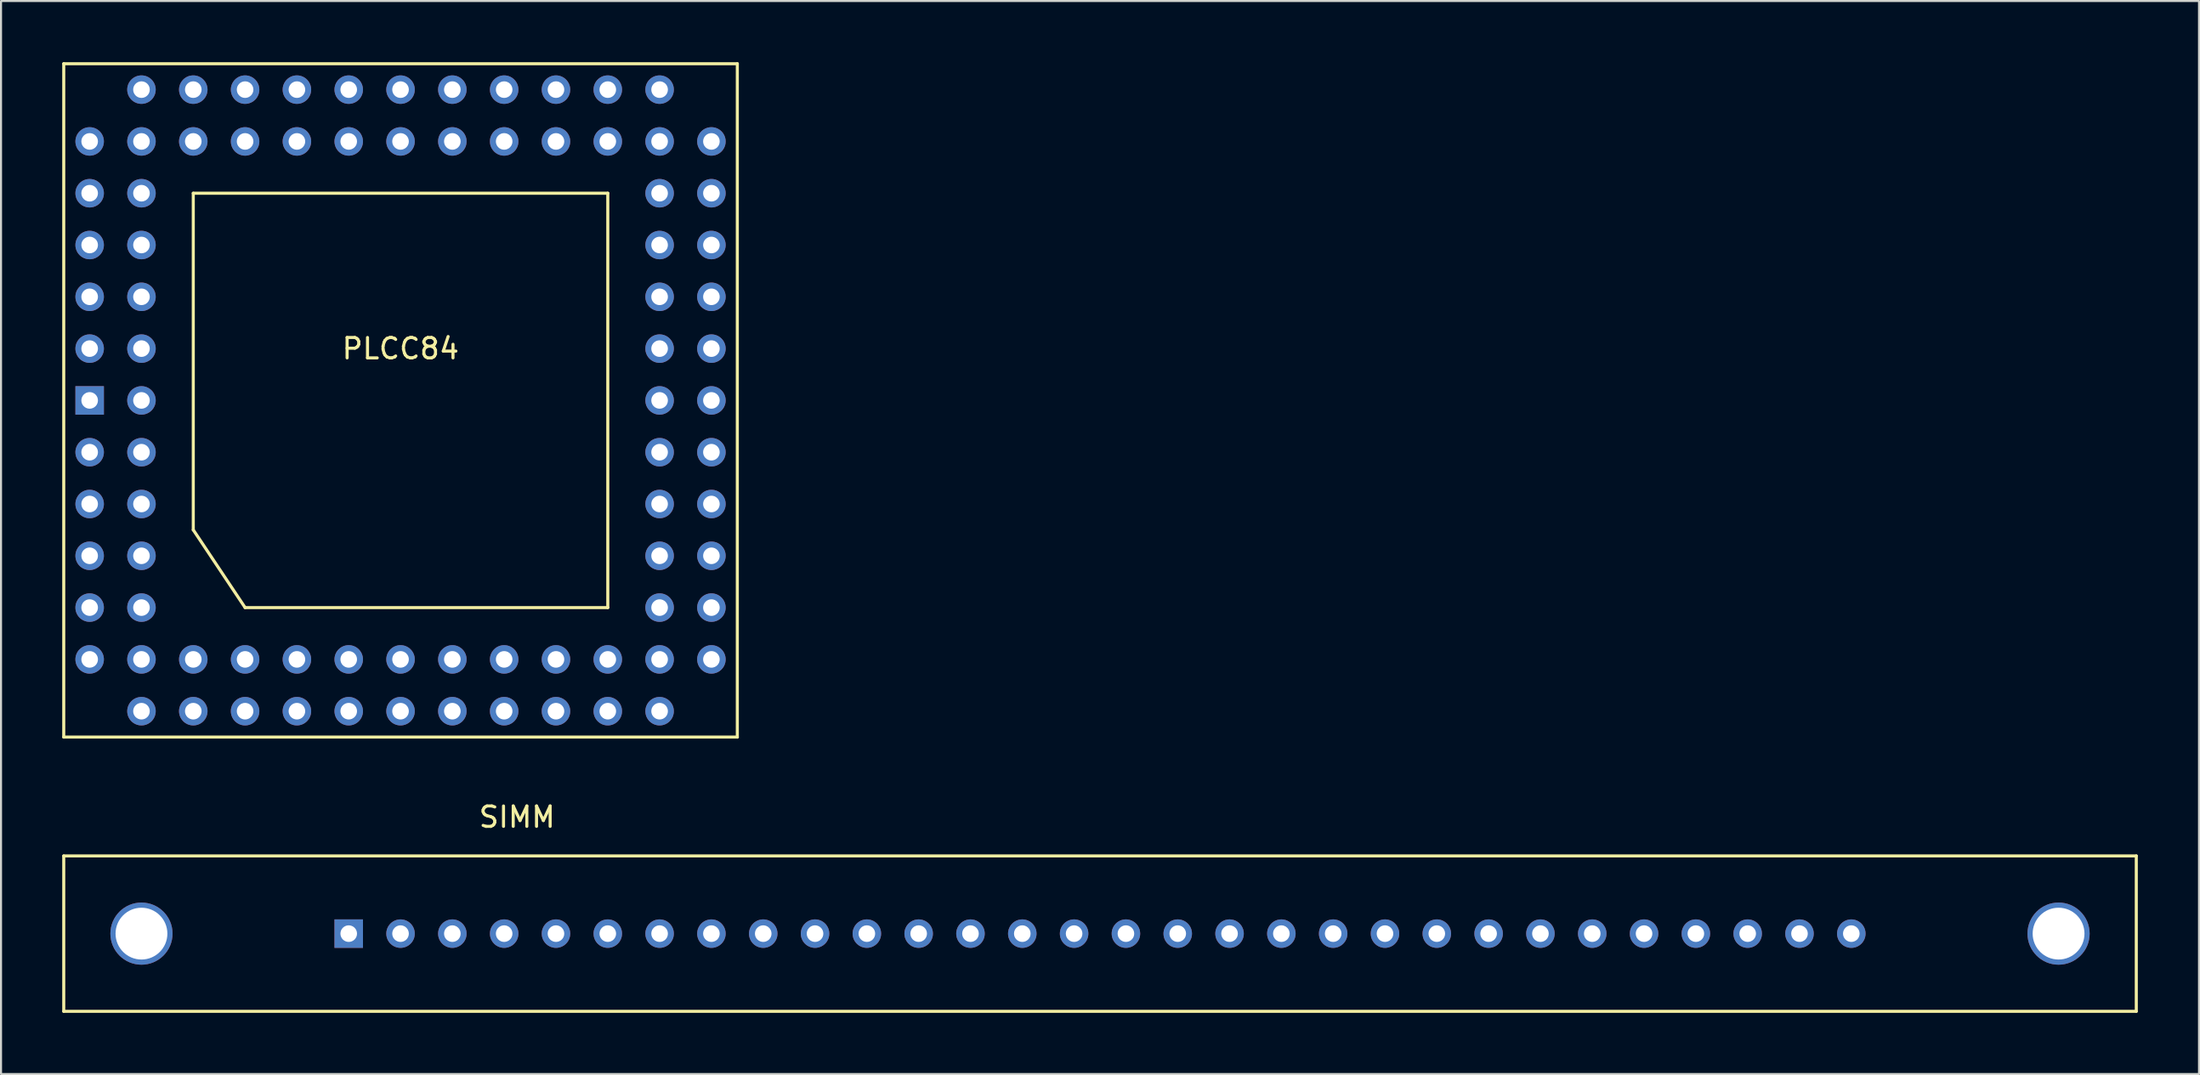
<source format=kicad_pcb>
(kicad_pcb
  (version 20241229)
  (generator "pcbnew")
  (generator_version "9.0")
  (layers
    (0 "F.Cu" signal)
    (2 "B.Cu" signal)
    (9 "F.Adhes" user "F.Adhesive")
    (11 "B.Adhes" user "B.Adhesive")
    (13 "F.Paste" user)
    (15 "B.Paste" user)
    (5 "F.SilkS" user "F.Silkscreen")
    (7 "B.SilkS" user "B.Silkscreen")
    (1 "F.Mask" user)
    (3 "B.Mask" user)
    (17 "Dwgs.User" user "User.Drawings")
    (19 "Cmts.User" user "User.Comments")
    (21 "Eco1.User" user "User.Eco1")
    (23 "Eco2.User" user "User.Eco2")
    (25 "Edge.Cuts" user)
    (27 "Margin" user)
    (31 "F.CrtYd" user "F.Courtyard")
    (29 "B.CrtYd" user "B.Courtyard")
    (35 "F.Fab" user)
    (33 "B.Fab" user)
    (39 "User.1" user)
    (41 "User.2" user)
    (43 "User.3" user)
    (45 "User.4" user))
  (footprint "SIMM"
    (layer "F.Cu")
    (at 50.875 42.733)
    (property "Reference" "SIMM" (at -28.575 -5.715 0) (layer "F.SilkS") (effects (font (size 1 1) (thickness 0.15))))
    (attr through_hole)
    (fp_line (start -50.8 -3.81) (end 50.8 -3.81) (stroke (width 0.15) (type solid)) (layer "F.SilkS"))
    (fp_line (start -50.8 3.81) (end -50.8 -3.81) (stroke (width 0.15) (type solid)) (layer "F.SilkS"))
    (fp_line (start 50.8 -3.81) (end 50.8 3.81) (stroke (width 0.15) (type solid)) (layer "F.SilkS"))
    (fp_line (start 50.8 3.81) (end -50.8 3.81) (stroke (width 0.15) (type solid)) (layer "F.SilkS"))
    (pad "1" thru_hole rect (at -36.83 0) (size 1.397 1.397) (drill 0.813) (layers "*.Cu" "*.Mask"))
    (pad "2" thru_hole circle (at -34.29 0) (size 1.397 1.397) (drill 0.813) (layers "*.Cu" "*.Mask"))
    (pad "3" thru_hole circle (at -31.75 0) (size 1.397 1.397) (drill 0.813) (layers "*.Cu" "*.Mask"))
    (pad "4" thru_hole circle (at -29.21 0) (size 1.397 1.397) (drill 0.813) (layers "*.Cu" "*.Mask"))
    (pad "5" thru_hole circle (at -26.67 0) (size 1.397 1.397) (drill 0.813) (layers "*.Cu" "*.Mask"))
    (pad "6" thru_hole circle (at -24.13 0) (size 1.397 1.397) (drill 0.813) (layers "*.Cu" "*.Mask"))
    (pad "7" thru_hole circle (at -21.59 0) (size 1.397 1.397) (drill 0.813) (layers "*.Cu" "*.Mask"))
    (pad "8" thru_hole circle (at -19.05 0) (size 1.397 1.397) (drill 0.813) (layers "*.Cu" "*.Mask"))
    (pad "9" thru_hole circle (at -16.51 0) (size 1.397 1.397) (drill 0.813) (layers "*.Cu" "*.Mask"))
    (pad "10" thru_hole circle (at -13.97 0) (size 1.397 1.397) (drill 0.813) (layers "*.Cu" "*.Mask"))
    (pad "11" thru_hole circle (at -11.43 0) (size 1.397 1.397) (drill 0.813) (layers "*.Cu" "*.Mask"))
    (pad "12" thru_hole circle (at -8.89 0) (size 1.397 1.397) (drill 0.813) (layers "*.Cu" "*.Mask"))
    (pad "13" thru_hole circle (at -6.35 0) (size 1.397 1.397) (drill 0.813) (layers "*.Cu" "*.Mask"))
    (pad "14" thru_hole circle (at -3.81 0) (size 1.397 1.397) (drill 0.813) (layers "*.Cu" "*.Mask"))
    (pad "15" thru_hole circle (at -1.27 0) (size 1.397 1.397) (drill 0.813) (layers "*.Cu" "*.Mask"))
    (pad "16" thru_hole circle (at 1.27 0) (size 1.397 1.397) (drill 0.813) (layers "*.Cu" "*.Mask"))
    (pad "17" thru_hole circle (at 3.81 0) (size 1.397 1.397) (drill 0.813) (layers "*.Cu" "*.Mask"))
    (pad "18" thru_hole circle (at 6.35 0) (size 1.397 1.397) (drill 0.813) (layers "*.Cu" "*.Mask"))
    (pad "19" thru_hole circle (at 8.89 0) (size 1.397 1.397) (drill 0.813) (layers "*.Cu" "*.Mask"))
    (pad "20" thru_hole circle (at 11.43 0) (size 1.397 1.397) (drill 0.813) (layers "*.Cu" "*.Mask"))
    (pad "21" thru_hole circle (at 13.97 0) (size 1.397 1.397) (drill 0.813) (layers "*.Cu" "*.Mask"))
    (pad "22" thru_hole circle (at 16.51 0) (size 1.397 1.397) (drill 0.813) (layers "*.Cu" "*.Mask"))
    (pad "23" thru_hole circle (at 19.05 0) (size 1.397 1.397) (drill 0.813) (layers "*.Cu" "*.Mask"))
    (pad "24" thru_hole circle (at 21.59 0) (size 1.397 1.397) (drill 0.813) (layers "*.Cu" "*.Mask"))
    (pad "25" thru_hole circle (at 24.13 0) (size 1.397 1.397) (drill 0.813) (layers "*.Cu" "*.Mask"))
    (pad "26" thru_hole circle (at 26.67 0) (size 1.397 1.397) (drill 0.813) (layers "*.Cu" "*.Mask"))
    (pad "27" thru_hole circle (at 29.21 0) (size 1.397 1.397) (drill 0.813) (layers "*.Cu" "*.Mask"))
    (pad "28" thru_hole circle (at 31.75 0) (size 1.397 1.397) (drill 0.813) (layers "*.Cu" "*.Mask"))
    (pad "29" thru_hole circle (at 34.29 0) (size 1.397 1.397) (drill 0.813) (layers "*.Cu" "*.Mask"))
    (pad "30" thru_hole circle (at 36.83 0) (size 1.397 1.397) (drill 0.813) (layers "*.Cu" "*.Mask"))
    (pad "31" thru_hole circle (at 46.99 0) (size 3.048 3.048) (drill 2.54) (layers "*.Cu" "*.Mask"))
    (pad "32" thru_hole circle (at -46.99 0) (size 3.048 3.048) (drill 2.54) (layers "*.Cu" "*.Mask")))
  (footprint "PLCC84"
    (layer "F.Cu")
    (at 16.585 16.585)
    (property "Reference" "PLCC84" (at 0 -2.54 0) (layer "F.SilkS") (effects (font (size 1 1) (thickness 0.15))))
    (attr through_hole)
    (fp_line (start -16.51 -16.51) (end -16.51 16.51) (stroke (width 0.15) (type solid)) (layer "F.SilkS"))
    (fp_line (start -16.51 16.51) (end 16.51 16.51) (stroke (width 0.15) (type solid)) (layer "F.SilkS"))
    (fp_line (start -10.16 -10.16) (end -10.16 6.35) (stroke (width 0.15) (type solid)) (layer "F.SilkS"))
    (fp_line (start -10.16 6.35) (end -7.62 10.16) (stroke (width 0.15) (type solid)) (layer "F.SilkS"))
    (fp_line (start -7.62 10.16) (end 10.16 10.16) (stroke (width 0.15) (type solid)) (layer "F.SilkS"))
    (fp_line (start 10.16 -10.16) (end -10.16 -10.16) (stroke (width 0.15) (type solid)) (layer "F.SilkS"))
    (fp_line (start 10.16 10.16) (end 10.16 -10.16) (stroke (width 0.15) (type solid)) (layer "F.SilkS"))
    (fp_line (start 16.51 -16.51) (end -16.51 -16.51) (stroke (width 0.15) (type solid)) (layer "F.SilkS"))
    (fp_line (start 16.51 16.51) (end 16.51 -16.51) (stroke (width 0.15) (type solid)) (layer "F.SilkS"))
    (pad "1" thru_hole rect (at -15.24 0) (size 1.397 1.397) (drill 0.813) (layers "*.Cu" "*.Mask"))
    (pad "2" thru_hole circle (at -12.7 0) (size 1.397 1.397) (drill 0.813) (layers "*.Cu" "*.Mask"))
    (pad "3" thru_hole circle (at -15.24 2.54) (size 1.397 1.397) (drill 0.813) (layers "*.Cu" "*.Mask"))
    (pad "4" thru_hole circle (at -12.7 2.54) (size 1.397 1.397) (drill 0.813) (layers "*.Cu" "*.Mask"))
    (pad "5" thru_hole circle (at -15.24 5.08) (size 1.397 1.397) (drill 0.813) (layers "*.Cu" "*.Mask"))
    (pad "6" thru_hole circle (at -12.7 5.08) (size 1.397 1.397) (drill 0.813) (layers "*.Cu" "*.Mask"))
    (pad "7" thru_hole circle (at -15.24 7.62) (size 1.397 1.397) (drill 0.813) (layers "*.Cu" "*.Mask"))
    (pad "8" thru_hole circle (at -12.7 7.62) (size 1.397 1.397) (drill 0.813) (layers "*.Cu" "*.Mask"))
    (pad "9" thru_hole circle (at -15.24 10.16) (size 1.397 1.397) (drill 0.813) (layers "*.Cu" "*.Mask"))
    (pad "10" thru_hole circle (at -12.7 10.16) (size 1.397 1.397) (drill 0.813) (layers "*.Cu" "*.Mask"))
    (pad "11" thru_hole circle (at -15.24 12.7) (size 1.397 1.397) (drill 0.813) (layers "*.Cu" "*.Mask"))
    (pad "12" thru_hole circle (at -12.7 15.24) (size 1.397 1.397) (drill 0.813) (layers "*.Cu" "*.Mask"))
    (pad "13" thru_hole circle (at -12.7 12.7) (size 1.397 1.397) (drill 0.813) (layers "*.Cu" "*.Mask"))
    (pad "14" thru_hole circle (at -10.16 15.24) (size 1.397 1.397) (drill 0.813) (layers "*.Cu" "*.Mask"))
    (pad "15" thru_hole circle (at -10.16 12.7) (size 1.397 1.397) (drill 0.813) (layers "*.Cu" "*.Mask"))
    (pad "16" thru_hole circle (at -7.62 15.24) (size 1.397 1.397) (drill 0.813) (layers "*.Cu" "*.Mask"))
    (pad "17" thru_hole circle (at -7.62 12.7) (size 1.397 1.397) (drill 0.813) (layers "*.Cu" "*.Mask"))
    (pad "18" thru_hole circle (at -5.08 15.24) (size 1.397 1.397) (drill 0.813) (layers "*.Cu" "*.Mask"))
    (pad "19" thru_hole circle (at -5.08 12.7) (size 1.397 1.397) (drill 0.813) (layers "*.Cu" "*.Mask"))
    (pad "20" thru_hole circle (at -2.54 15.24) (size 1.397 1.397) (drill 0.813) (layers "*.Cu" "*.Mask"))
    (pad "21" thru_hole circle (at -2.54 12.7) (size 1.397 1.397) (drill 0.813) (layers "*.Cu" "*.Mask"))
    (pad "22" thru_hole circle (at 0 15.24) (size 1.397 1.397) (drill 0.813) (layers "*.Cu" "*.Mask"))
    (pad "23" thru_hole circle (at 0 12.7) (size 1.397 1.397) (drill 0.813) (layers "*.Cu" "*.Mask"))
    (pad "24" thru_hole circle (at 2.54 15.24) (size 1.397 1.397) (drill 0.813) (layers "*.Cu" "*.Mask"))
    (pad "25" thru_hole circle (at 2.54 12.7) (size 1.397 1.397) (drill 0.813) (layers "*.Cu" "*.Mask"))
    (pad "26" thru_hole circle (at 5.08 15.24) (size 1.397 1.397) (drill 0.813) (layers "*.Cu" "*.Mask"))
    (pad "27" thru_hole circle (at 5.08 12.7) (size 1.397 1.397) (drill 0.813) (layers "*.Cu" "*.Mask"))
    (pad "28" thru_hole circle (at 7.62 15.24) (size 1.397 1.397) (drill 0.813) (layers "*.Cu" "*.Mask"))
    (pad "29" thru_hole circle (at 7.62 12.7) (size 1.397 1.397) (drill 0.813) (layers "*.Cu" "*.Mask"))
    (pad "30" thru_hole circle (at 10.16 15.24) (size 1.397 1.397) (drill 0.813) (layers "*.Cu" "*.Mask"))
    (pad "31" thru_hole circle (at 10.16 12.7) (size 1.397 1.397) (drill 0.813) (layers "*.Cu" "*.Mask"))
    (pad "32" thru_hole circle (at 12.7 15.24) (size 1.397 1.397) (drill 0.813) (layers "*.Cu" "*.Mask"))
    (pad "33" thru_hole circle (at 15.24 12.7) (size 1.397 1.397) (drill 0.813) (layers "*.Cu" "*.Mask"))
    (pad "34" thru_hole circle (at 12.7 12.7) (size 1.397 1.397) (drill 0.813) (layers "*.Cu" "*.Mask"))
    (pad "35" thru_hole circle (at 15.24 10.16) (size 1.397 1.397) (drill 0.813) (layers "*.Cu" "*.Mask"))
    (pad "36" thru_hole circle (at 12.7 10.16) (size 1.397 1.397) (drill 0.813) (layers "*.Cu" "*.Mask"))
    (pad "37" thru_hole circle (at 15.24 7.62) (size 1.397 1.397) (drill 0.813) (layers "*.Cu" "*.Mask"))
    (pad "38" thru_hole circle (at 12.7 7.62) (size 1.397 1.397) (drill 0.813) (layers "*.Cu" "*.Mask"))
    (pad "39" thru_hole circle (at 15.24 5.08) (size 1.397 1.397) (drill 0.813) (layers "*.Cu" "*.Mask"))
    (pad "40" thru_hole circle (at 12.7 5.08) (size 1.397 1.397) (drill 0.813) (layers "*.Cu" "*.Mask"))
    (pad "41" thru_hole circle (at 15.24 2.54) (size 1.397 1.397) (drill 0.813) (layers "*.Cu" "*.Mask"))
    (pad "42" thru_hole circle (at 12.7 2.54) (size 1.397 1.397) (drill 0.813) (layers "*.Cu" "*.Mask"))
    (pad "43" thru_hole circle (at 15.24 0) (size 1.397 1.397) (drill 0.813) (layers "*.Cu" "*.Mask"))
    (pad "44" thru_hole circle (at 12.7 0) (size 1.397 1.397) (drill 0.813) (layers "*.Cu" "*.Mask"))
    (pad "45" thru_hole circle (at 15.24 -2.54) (size 1.397 1.397) (drill 0.813) (layers "*.Cu" "*.Mask"))
    (pad "46" thru_hole circle (at 12.7 -2.54) (size 1.397 1.397) (drill 0.813) (layers "*.Cu" "*.Mask"))
    (pad "47" thru_hole circle (at 15.24 -5.08) (size 1.397 1.397) (drill 0.813) (layers "*.Cu" "*.Mask"))
    (pad "48" thru_hole circle (at 12.7 -5.08) (size 1.397 1.397) (drill 0.813) (layers "*.Cu" "*.Mask"))
    (pad "49" thru_hole circle (at 15.24 -7.62) (size 1.397 1.397) (drill 0.813) (layers "*.Cu" "*.Mask"))
    (pad "50" thru_hole circle (at 12.7 -7.62) (size 1.397 1.397) (drill 0.813) (layers "*.Cu" "*.Mask"))
    (pad "51" thru_hole circle (at 15.24 -10.16) (size 1.397 1.397) (drill 0.813) (layers "*.Cu" "*.Mask"))
    (pad "52" thru_hole circle (at 12.7 -10.16) (size 1.397 1.397) (drill 0.813) (layers "*.Cu" "*.Mask"))
    (pad "53" thru_hole circle (at 15.24 -12.7) (size 1.397 1.397) (drill 0.813) (layers "*.Cu" "*.Mask"))
    (pad "54" thru_hole circle (at 12.7 -15.24) (size 1.397 1.397) (drill 0.813) (layers "*.Cu" "*.Mask"))
    (pad "55" thru_hole circle (at 12.7 -12.7) (size 1.397 1.397) (drill 0.813) (layers "*.Cu" "*.Mask"))
    (pad "56" thru_hole circle (at 10.16 -15.24) (size 1.397 1.397) (drill 0.813) (layers "*.Cu" "*.Mask"))
    (pad "57" thru_hole circle (at 10.16 -12.7) (size 1.397 1.397) (drill 0.813) (layers "*.Cu" "*.Mask"))
    (pad "58" thru_hole circle (at 7.62 -15.24) (size 1.397 1.397) (drill 0.813) (layers "*.Cu" "*.Mask"))
    (pad "59" thru_hole circle (at 7.62 -12.7) (size 1.397 1.397) (drill 0.813) (layers "*.Cu" "*.Mask"))
    (pad "60" thru_hole circle (at 5.08 -15.24) (size 1.397 1.397) (drill 0.813) (layers "*.Cu" "*.Mask"))
    (pad "61" thru_hole circle (at 5.08 -12.7) (size 1.397 1.397) (drill 0.813) (layers "*.Cu" "*.Mask"))
    (pad "62" thru_hole circle (at 2.54 -15.24) (size 1.397 1.397) (drill 0.813) (layers "*.Cu" "*.Mask"))
    (pad "63" thru_hole circle (at 2.54 -12.7) (size 1.397 1.397) (drill 0.813) (layers "*.Cu" "*.Mask"))
    (pad "64" thru_hole circle (at 0 -15.24) (size 1.397 1.397) (drill 0.813) (layers "*.Cu" "*.Mask"))
    (pad "65" thru_hole circle (at 0 -12.7) (size 1.397 1.397) (drill 0.813) (layers "*.Cu" "*.Mask"))
    (pad "66" thru_hole circle (at -2.54 -15.24) (size 1.397 1.397) (drill 0.813) (layers "*.Cu" "*.Mask"))
    (pad "67" thru_hole circle (at -2.54 -12.7) (size 1.397 1.397) (drill 0.813) (layers "*.Cu" "*.Mask"))
    (pad "68" thru_hole circle (at -5.08 -15.24) (size 1.397 1.397) (drill 0.813) (layers "*.Cu" "*.Mask"))
    (pad "69" thru_hole circle (at -5.08 -12.7) (size 1.397 1.397) (drill 0.813) (layers "*.Cu" "*.Mask"))
    (pad "70" thru_hole circle (at -7.62 -15.24) (size 1.397 1.397) (drill 0.813) (layers "*.Cu" "*.Mask"))
    (pad "71" thru_hole circle (at -7.62 -12.7) (size 1.397 1.397) (drill 0.813) (layers "*.Cu" "*.Mask"))
    (pad "72" thru_hole circle (at -10.16 -15.24) (size 1.397 1.397) (drill 0.813) (layers "*.Cu" "*.Mask"))
    (pad "73" thru_hole circle (at -10.16 -12.7) (size 1.397 1.397) (drill 0.813) (layers "*.Cu" "*.Mask"))
    (pad "74" thru_hole circle (at -12.7 -15.24) (size 1.397 1.397) (drill 0.813) (layers "*.Cu" "*.Mask"))
    (pad "75" thru_hole circle (at -15.24 -12.7) (size 1.397 1.397) (drill 0.813) (layers "*.Cu" "*.Mask"))
    (pad "76" thru_hole circle (at -12.7 -12.7) (size 1.397 1.397) (drill 0.813) (layers "*.Cu" "*.Mask"))
    (pad "77" thru_hole circle (at -15.24 -10.16) (size 1.397 1.397) (drill 0.813) (layers "*.Cu" "*.Mask"))
    (pad "78" thru_hole circle (at -12.7 -10.16) (size 1.397 1.397) (drill 0.813) (layers "*.Cu" "*.Mask"))
    (pad "79" thru_hole circle (at -15.24 -7.62) (size 1.397 1.397) (drill 0.813) (layers "*.Cu" "*.Mask"))
    (pad "80" thru_hole circle (at -12.7 -7.62) (size 1.397 1.397) (drill 0.813) (layers "*.Cu" "*.Mask"))
    (pad "81" thru_hole circle (at -15.24 -5.08) (size 1.397 1.397) (drill 0.813) (layers "*.Cu" "*.Mask"))
    (pad "82" thru_hole circle (at -12.7 -5.08) (size 1.397 1.397) (drill 0.813) (layers "*.Cu" "*.Mask"))
    (pad "83" thru_hole circle (at -15.24 -2.54) (size 1.397 1.397) (drill 0.813) (layers "*.Cu" "*.Mask"))
    (pad "84" thru_hole circle (at -12.7 -2.54) (size 1.397 1.397) (drill 0.813) (layers "*.Cu" "*.Mask")))
  (gr_rect
    (start -3 -3)
    (end 104.75 49.618)
    (stroke (width 0.1) (type default))
    (fill no)
    (layer "Edge.Cuts")))
</source>
